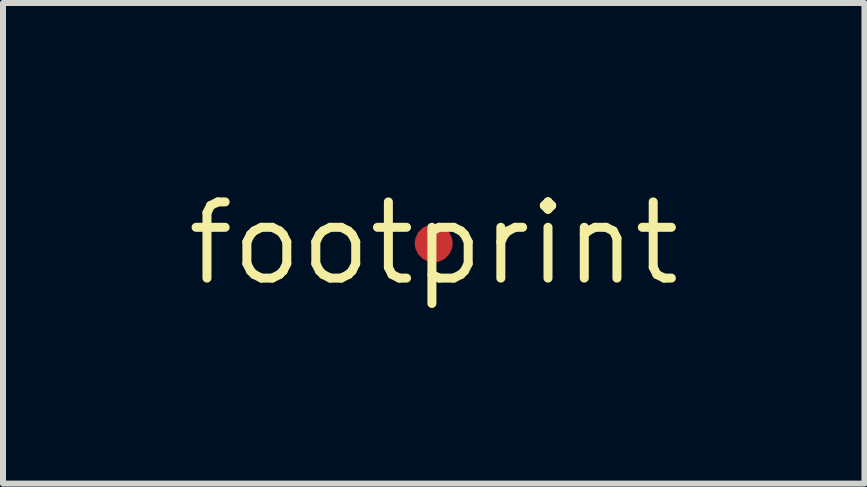
<source format=kicad_pcb>
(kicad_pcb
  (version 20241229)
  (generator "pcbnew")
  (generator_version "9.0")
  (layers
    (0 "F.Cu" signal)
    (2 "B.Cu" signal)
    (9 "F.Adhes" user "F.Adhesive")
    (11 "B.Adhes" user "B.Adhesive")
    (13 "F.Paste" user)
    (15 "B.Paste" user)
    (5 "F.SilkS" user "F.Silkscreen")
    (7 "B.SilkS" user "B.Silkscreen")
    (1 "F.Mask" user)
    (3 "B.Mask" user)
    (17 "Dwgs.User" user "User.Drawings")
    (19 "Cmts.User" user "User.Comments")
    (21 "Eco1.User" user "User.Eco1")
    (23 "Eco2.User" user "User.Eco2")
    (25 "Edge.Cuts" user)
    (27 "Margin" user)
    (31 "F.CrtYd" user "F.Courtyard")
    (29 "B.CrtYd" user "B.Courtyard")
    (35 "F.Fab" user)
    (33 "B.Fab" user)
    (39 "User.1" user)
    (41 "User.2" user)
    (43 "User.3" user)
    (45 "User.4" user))
  (footprint "footprint"
    (layer "F.Cu")
    (at 4.18 1.006)
    (property "Reference" "footprint" (at 0 0 0) (layer "F.SilkS") (effects (font (size 1.27 1.27) (thickness 0.15))))
    (pad "1" smd roundrect (at 0 0) (size 0.635 0.635) (layers "F.Cu" "F.Mask") (roundrect_rratio 0.5)))
  (gr_rect
    (start -3 -3)
    (end 11.36 5.012)
    (stroke (width 0.1) (type default))
    (fill no)
    (layer "Edge.Cuts")))
</source>
